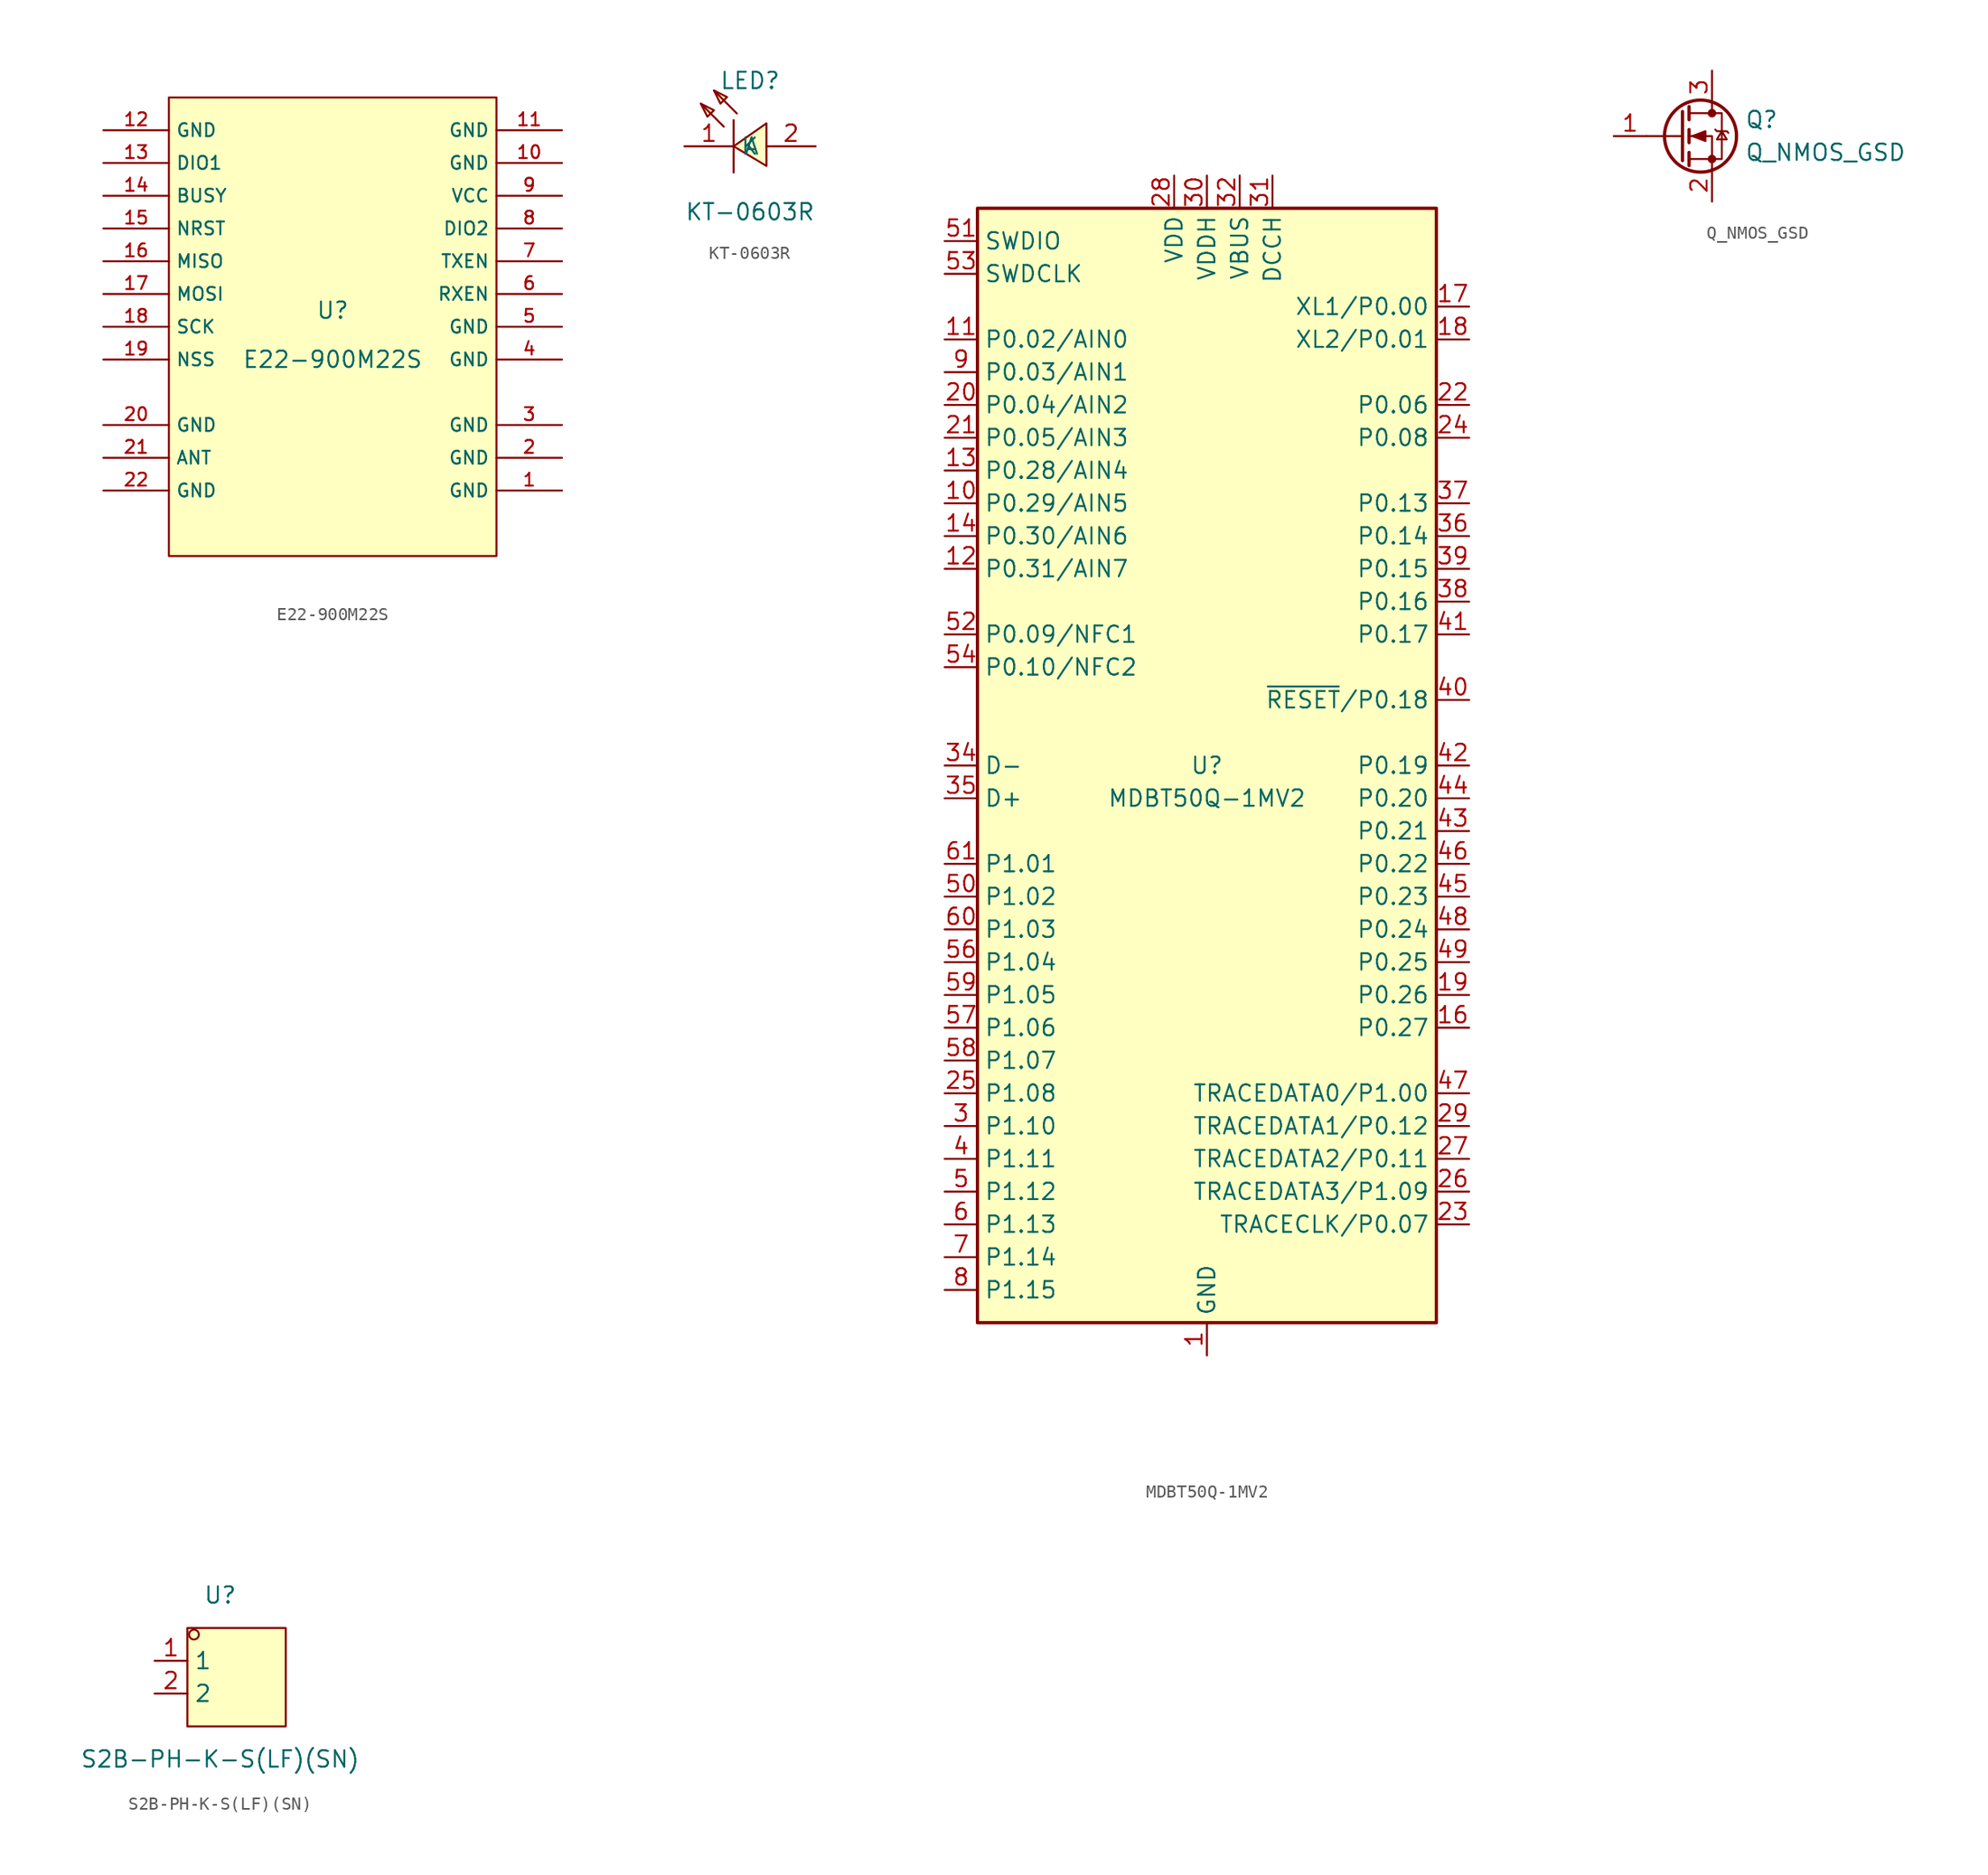
<source format=kicad_sym>
(kicad_symbol_lib
  (version 20241209)
  (generator "kicad_symbol_editor")
  (generator_version "9.0")
  (symbol "E22-900M22S"
    (property "Reference" "U"
      (at 0 1.27 0)
      (effects (font (size 1.27 1.27))))
    (property "Value" "E22-900M22S"
      (at 0 -2.54 0)
      (effects (font (size 1.27 1.27))))
    (symbol "E22-900M22S_0_1"
      (rectangle (start -12.7 17.78) (end 12.7 -17.78) (stroke (width 0) (type default)) (fill (type background)))
      (pin unspecified line (at -17.78 15.24 0) (length 5.08) (name "GND" (effects (font (size 1 1)))) (number "12" (effects (font (size 1 1)))))
      (pin unspecified line (at -17.78 12.7 0) (length 5.08) (name "DIO1" (effects (font (size 1 1)))) (number "13" (effects (font (size 1 1)))))
      (pin unspecified line (at -17.78 10.16 0) (length 5.08) (name "BUSY" (effects (font (size 1 1)))) (number "14" (effects (font (size 1 1)))))
      (pin unspecified line (at -17.78 7.62 0) (length 5.08) (name "NRST" (effects (font (size 1 1)))) (number "15" (effects (font (size 1 1)))))
      (pin unspecified line (at -17.78 5.08 0) (length 5.08) (name "MISO" (effects (font (size 1 1)))) (number "16" (effects (font (size 1 1)))))
      (pin unspecified line (at -17.78 2.54 0) (length 5.08) (name "MOSI" (effects (font (size 1 1)))) (number "17" (effects (font (size 1 1)))))
      (pin unspecified line (at -17.78 0 0) (length 5.08) (name "SCK" (effects (font (size 1 1)))) (number "18" (effects (font (size 1 1)))))
      (pin unspecified line (at -17.78 -2.54 0) (length 5.08) (name "NSS" (effects (font (size 1 1)))) (number "19" (effects (font (size 1 1)))))
      (pin unspecified line (at -17.78 -7.62 0) (length 5.08) (name "GND" (effects (font (size 1 1)))) (number "20" (effects (font (size 1 1)))))
      (pin unspecified line (at -17.78 -10.16 0) (length 5.08) (name "ANT" (effects (font (size 1 1)))) (number "21" (effects (font (size 1 1)))))
      (pin unspecified line (at -17.78 -12.7 0) (length 5.08) (name "GND" (effects (font (size 1 1)))) (number "22" (effects (font (size 1 1)))))
      (pin unspecified line (at 17.78 15.24 180) (length 5.08) (name "GND" (effects (font (size 1 1)))) (number "11" (effects (font (size 1 1)))))
      (pin unspecified line (at 17.78 12.7 180) (length 5.08) (name "GND" (effects (font (size 1 1)))) (number "10" (effects (font (size 1 1)))))
      (pin unspecified line (at 17.78 10.16 180) (length 5.08) (name "VCC" (effects (font (size 1 1)))) (number "9" (effects (font (size 1 1)))))
      (pin unspecified line (at 17.78 7.62 180) (length 5.08) (name "DIO2" (effects (font (size 1 1)))) (number "8" (effects (font (size 1 1)))))
      (pin unspecified line (at 17.78 5.08 180) (length 5.08) (name "TXEN" (effects (font (size 1 1)))) (number "7" (effects (font (size 1 1)))))
      (pin unspecified line (at 17.78 2.54 180) (length 5.08) (name "RXEN" (effects (font (size 1 1)))) (number "6" (effects (font (size 1 1)))))
      (pin unspecified line (at 17.78 0 180) (length 5.08) (name "GND" (effects (font (size 1 1)))) (number "5" (effects (font (size 1 1)))))
      (pin unspecified line (at 17.78 -2.54 180) (length 5.08) (name "GND" (effects (font (size 1 1)))) (number "4" (effects (font (size 1 1)))))
      (pin unspecified line (at 17.78 -7.62 180) (length 5.08) (name "GND" (effects (font (size 1 1)))) (number "3" (effects (font (size 1 1)))))
      (pin unspecified line (at 17.78 -10.16 180) (length 5.08) (name "GND" (effects (font (size 1 1)))) (number "2" (effects (font (size 1 1)))))
      (pin unspecified line (at 17.78 -12.7 180) (length 5.08) (name "GND" (effects (font (size 1 1)))) (number "1" (effects (font (size 1 1)))))))
  (symbol "KT-0603R"
    (property "Reference" "LED"
      (at 0 5.08 0)
      (effects (font (size 1.27 1.27))))
    (property "Value" "KT-0603R"
      (at 0 -5.08 0)
      (effects (font (size 1.27 1.27))))
    (symbol "KT-0603R_0_1"
      (polyline (pts (xy -3.81 3.3) (xy -2.79 2.79) (xy -3.3 2.29) (xy -3.81 3.3)) (stroke (width 0) (type default)) (fill (type background)))
      (polyline (pts (xy -2.79 4.32) (xy -1.78 3.81) (xy -2.29 3.3) (xy -2.79 4.32)) (stroke (width 0) (type default)) (fill (type background)))
      (polyline (pts (xy -2.03 1.52) (xy -3.81 3.3)) (stroke (width 0) (type default)) (fill (type none)))
      (polyline (pts (xy -1.27 2.03) (xy -1.27 -2.03)) (stroke (width 0) (type default)) (fill (type none)))
      (polyline (pts (xy -1.02 2.54) (xy -2.79 4.32)) (stroke (width 0) (type default)) (fill (type none)))
      (polyline (pts (xy 1.27 -1.52) (xy -1.27 0) (xy 1.27 1.78) (xy 1.27 -1.52)) (stroke (width 0) (type default)) (fill (type background)))
      (pin unspecified line (at -5.08 0 0) (length 3.81) (name "K" (effects (font (size 1.27 1.27)))) (number "1" (effects (font (size 1.27 1.27)))))
      (pin unspecified line (at 5.08 0 180) (length 3.81) (name "A" (effects (font (size 1.27 1.27)))) (number "2" (effects (font (size 1.27 1.27)))))))
  (symbol "MDBT50Q-1MV2"
    (property "Reference" "U"
      (at 0 0 0)
      (effects (font (size 1.27 1.27))))
    (property "Value" "MDBT50Q-1MV2"
      (at 0 -2.54 0)
      (effects (font (size 1.27 1.27))))
    (symbol "MDBT50Q-1MV2_0_1"
      (rectangle (start -17.78 43.18) (end 17.78 -43.18) (stroke (width 0.254) (type default)) (fill (type background))))
    (symbol "MDBT50Q-1MV2_1_1"
      (pin bidirectional line (at -20.32 40.64 0) (length 2.54) (name "SWDIO" (effects (font (size 1.27 1.27)))) (number "51" (effects (font (size 1.27 1.27)))))
      (pin input line (at -20.32 38.1 0) (length 2.54) (name "SWDCLK" (effects (font (size 1.27 1.27)))) (number "53" (effects (font (size 1.27 1.27)))))
      (pin bidirectional line (at -20.32 33.02 0) (length 2.54) (name "P0.02/AIN0" (effects (font (size 1.27 1.27)))) (number "11" (effects (font (size 1.27 1.27)))))
      (pin bidirectional line (at -20.32 30.48 0) (length 2.54) (name "P0.03/AIN1" (effects (font (size 1.27 1.27)))) (number "9" (effects (font (size 1.27 1.27)))))
      (pin bidirectional line (at -20.32 27.94 0) (length 2.54) (name "P0.04/AIN2" (effects (font (size 1.27 1.27)))) (number "20" (effects (font (size 1.27 1.27)))))
      (pin bidirectional line (at -20.32 25.4 0) (length 2.54) (name "P0.05/AIN3" (effects (font (size 1.27 1.27)))) (number "21" (effects (font (size 1.27 1.27)))))
      (pin bidirectional line (at -20.32 22.86 0) (length 2.54) (name "P0.28/AIN4" (effects (font (size 1.27 1.27)))) (number "13" (effects (font (size 1.27 1.27)))))
      (pin bidirectional line (at -20.32 20.32 0) (length 2.54) (name "P0.29/AIN5" (effects (font (size 1.27 1.27)))) (number "10" (effects (font (size 1.27 1.27)))))
      (pin bidirectional line (at -20.32 17.78 0) (length 2.54) (name "P0.30/AIN6" (effects (font (size 1.27 1.27)))) (number "14" (effects (font (size 1.27 1.27)))))
      (pin bidirectional line (at -20.32 15.24 0) (length 2.54) (name "P0.31/AIN7" (effects (font (size 1.27 1.27)))) (number "12" (effects (font (size 1.27 1.27)))))
      (pin bidirectional line (at -20.32 10.16 0) (length 2.54) (name "P0.09/NFC1" (effects (font (size 1.27 1.27)))) (number "52" (effects (font (size 1.27 1.27)))))
      (pin bidirectional line (at -20.32 7.62 0) (length 2.54) (name "P0.10/NFC2" (effects (font (size 1.27 1.27)))) (number "54" (effects (font (size 1.27 1.27)))))
      (pin bidirectional line (at -20.32 0 0) (length 2.54) (name "D-" (effects (font (size 1.27 1.27)))) (number "34" (effects (font (size 1.27 1.27)))))
      (pin bidirectional line (at -20.32 -2.54 0) (length 2.54) (name "D+" (effects (font (size 1.27 1.27)))) (number "35" (effects (font (size 1.27 1.27)))))
      (pin bidirectional line (at -20.32 -7.62 0) (length 2.54) (name "P1.01" (effects (font (size 1.27 1.27)))) (number "61" (effects (font (size 1.27 1.27)))))
      (pin bidirectional line (at -20.32 -10.16 0) (length 2.54) (name "P1.02" (effects (font (size 1.27 1.27)))) (number "50" (effects (font (size 1.27 1.27)))))
      (pin bidirectional line (at -20.32 -12.7 0) (length 2.54) (name "P1.03" (effects (font (size 1.27 1.27)))) (number "60" (effects (font (size 1.27 1.27)))))
      (pin bidirectional line (at -20.32 -15.24 0) (length 2.54) (name "P1.04" (effects (font (size 1.27 1.27)))) (number "56" (effects (font (size 1.27 1.27)))))
      (pin bidirectional line (at -20.32 -17.78 0) (length 2.54) (name "P1.05" (effects (font (size 1.27 1.27)))) (number "59" (effects (font (size 1.27 1.27)))))
      (pin bidirectional line (at -20.32 -20.32 0) (length 2.54) (name "P1.06" (effects (font (size 1.27 1.27)))) (number "57" (effects (font (size 1.27 1.27)))))
      (pin bidirectional line (at -20.32 -22.86 0) (length 2.54) (name "P1.07" (effects (font (size 1.27 1.27)))) (number "58" (effects (font (size 1.27 1.27)))))
      (pin bidirectional line (at -20.32 -25.4 0) (length 2.54) (name "P1.08" (effects (font (size 1.27 1.27)))) (number "25" (effects (font (size 1.27 1.27)))))
      (pin bidirectional line (at -20.32 -27.94 0) (length 2.54) (name "P1.10" (effects (font (size 1.27 1.27)))) (number "3" (effects (font (size 1.27 1.27)))))
      (pin bidirectional line (at -20.32 -30.48 0) (length 2.54) (name "P1.11" (effects (font (size 1.27 1.27)))) (number "4" (effects (font (size 1.27 1.27)))))
      (pin bidirectional line (at -20.32 -33.02 0) (length 2.54) (name "P1.12" (effects (font (size 1.27 1.27)))) (number "5" (effects (font (size 1.27 1.27)))))
      (pin bidirectional line (at -20.32 -35.56 0) (length 2.54) (name "P1.13" (effects (font (size 1.27 1.27)))) (number "6" (effects (font (size 1.27 1.27)))))
      (pin bidirectional line (at -20.32 -38.1 0) (length 2.54) (name "P1.14" (effects (font (size 1.27 1.27)))) (number "7" (effects (font (size 1.27 1.27)))))
      (pin bidirectional line (at -20.32 -40.64 0) (length 2.54) (name "P1.15" (effects (font (size 1.27 1.27)))) (number "8" (effects (font (size 1.27 1.27)))))
      (pin power_in line (at -2.54 45.72 270) (length 2.54) (name "VDD" (effects (font (size 1.27 1.27)))) (number "28" (effects (font (size 1.27 1.27)))))
      (pin power_in line (at 0 45.72 270) (length 2.54) (name "VDDH" (effects (font (size 1.27 1.27)))) (number "30" (effects (font (size 1.27 1.27)))))
      (pin power_in line (at 0 -45.72 90) (length 2.54) (name "GND" (effects (font (size 1.27 1.27)))) (number "1" (effects (font (size 1.27 1.27)))))
      (pin passive line (at 0 -45.72 90) (length 2.54) (hide yes) (name "GND" (effects (font (size 1.27 1.27)))) (number "15" (effects (font (size 1.27 1.27)))))
      (pin passive line (at 0 -45.72 90) (length 2.54) (hide yes) (name "GND" (effects (font (size 1.27 1.27)))) (number "2" (effects (font (size 1.27 1.27)))))
      (pin passive line (at 0 -45.72 90) (length 2.54) (hide yes) (name "GND" (effects (font (size 1.27 1.27)))) (number "33" (effects (font (size 1.27 1.27)))))
      (pin passive line (at 0 -45.72 90) (length 2.54) (hide yes) (name "GND" (effects (font (size 1.27 1.27)))) (number "55" (effects (font (size 1.27 1.27)))))
      (pin power_in line (at 2.54 45.72 270) (length 2.54) (name "VBUS" (effects (font (size 1.27 1.27)))) (number "32" (effects (font (size 1.27 1.27)))))
      (pin power_out line (at 5.08 45.72 270) (length 2.54) (name "DCCH" (effects (font (size 1.27 1.27)))) (number "31" (effects (font (size 1.27 1.27)))))
      (pin bidirectional line (at 20.32 35.56 180) (length 2.54) (name "XL1/P0.00" (effects (font (size 1.27 1.27)))) (number "17" (effects (font (size 1.27 1.27)))))
      (pin bidirectional line (at 20.32 33.02 180) (length 2.54) (name "XL2/P0.01" (effects (font (size 1.27 1.27)))) (number "18" (effects (font (size 1.27 1.27)))))
      (pin bidirectional line (at 20.32 27.94 180) (length 2.54) (name "P0.06" (effects (font (size 1.27 1.27)))) (number "22" (effects (font (size 1.27 1.27)))))
      (pin bidirectional line (at 20.32 25.4 180) (length 2.54) (name "P0.08" (effects (font (size 1.27 1.27)))) (number "24" (effects (font (size 1.27 1.27)))))
      (pin bidirectional line (at 20.32 20.32 180) (length 2.54) (name "P0.13" (effects (font (size 1.27 1.27)))) (number "37" (effects (font (size 1.27 1.27)))))
      (pin bidirectional line (at 20.32 17.78 180) (length 2.54) (name "P0.14" (effects (font (size 1.27 1.27)))) (number "36" (effects (font (size 1.27 1.27)))))
      (pin bidirectional line (at 20.32 15.24 180) (length 2.54) (name "P0.15" (effects (font (size 1.27 1.27)))) (number "39" (effects (font (size 1.27 1.27)))))
      (pin bidirectional line (at 20.32 12.7 180) (length 2.54) (name "P0.16" (effects (font (size 1.27 1.27)))) (number "38" (effects (font (size 1.27 1.27)))))
      (pin bidirectional line (at 20.32 10.16 180) (length 2.54) (name "P0.17" (effects (font (size 1.27 1.27)))) (number "41" (effects (font (size 1.27 1.27)))))
      (pin bidirectional line (at 20.32 5.08 180) (length 2.54) (name "~{RESET}/P0.18" (effects (font (size 1.27 1.27)))) (number "40" (effects (font (size 1.27 1.27)))))
      (pin bidirectional line (at 20.32 0 180) (length 2.54) (name "P0.19" (effects (font (size 1.27 1.27)))) (number "42" (effects (font (size 1.27 1.27)))))
      (pin bidirectional line (at 20.32 -2.54 180) (length 2.54) (name "P0.20" (effects (font (size 1.27 1.27)))) (number "44" (effects (font (size 1.27 1.27)))))
      (pin bidirectional line (at 20.32 -5.08 180) (length 2.54) (name "P0.21" (effects (font (size 1.27 1.27)))) (number "43" (effects (font (size 1.27 1.27)))))
      (pin bidirectional line (at 20.32 -7.62 180) (length 2.54) (name "P0.22" (effects (font (size 1.27 1.27)))) (number "46" (effects (font (size 1.27 1.27)))))
      (pin bidirectional line (at 20.32 -10.16 180) (length 2.54) (name "P0.23" (effects (font (size 1.27 1.27)))) (number "45" (effects (font (size 1.27 1.27)))))
      (pin bidirectional line (at 20.32 -12.7 180) (length 2.54) (name "P0.24" (effects (font (size 1.27 1.27)))) (number "48" (effects (font (size 1.27 1.27)))))
      (pin bidirectional line (at 20.32 -15.24 180) (length 2.54) (name "P0.25" (effects (font (size 1.27 1.27)))) (number "49" (effects (font (size 1.27 1.27)))))
      (pin bidirectional line (at 20.32 -17.78 180) (length 2.54) (name "P0.26" (effects (font (size 1.27 1.27)))) (number "19" (effects (font (size 1.27 1.27)))))
      (pin bidirectional line (at 20.32 -20.32 180) (length 2.54) (name "P0.27" (effects (font (size 1.27 1.27)))) (number "16" (effects (font (size 1.27 1.27)))))
      (pin bidirectional line (at 20.32 -25.4 180) (length 2.54) (name "TRACEDATA0/P1.00" (effects (font (size 1.27 1.27)))) (number "47" (effects (font (size 1.27 1.27)))))
      (pin bidirectional line (at 20.32 -27.94 180) (length 2.54) (name "TRACEDATA1/P0.12" (effects (font (size 1.27 1.27)))) (number "29" (effects (font (size 1.27 1.27)))))
      (pin bidirectional line (at 20.32 -30.48 180) (length 2.54) (name "TRACEDATA2/P0.11" (effects (font (size 1.27 1.27)))) (number "27" (effects (font (size 1.27 1.27)))))
      (pin bidirectional line (at 20.32 -33.02 180) (length 2.54) (name "TRACEDATA3/P1.09" (effects (font (size 1.27 1.27)))) (number "26" (effects (font (size 1.27 1.27)))))
      (pin bidirectional line (at 20.32 -35.56 180) (length 2.54) (name "TRACECLK/P0.07" (effects (font (size 1.27 1.27)))) (number "23" (effects (font (size 1.27 1.27)))))))
  (symbol "Q_NMOS_GSD"
    (pin_names
      (offset 0)
      (hide yes))
    (property "Reference" "Q"
      (at 5.08 1.27 0)
      (effects (font (size 1.27 1.27)) (justify left)))
    (property "Value" "Q_NMOS_GSD"
      (at 5.08 -1.27 0)
      (effects (font (size 1.27 1.27)) (justify left)))
    (symbol "Q_NMOS_GSD_0_1"
      (polyline (pts (xy 0.254 1.905) (xy 0.254 -1.905)) (stroke (width 0.254) (type default)) (fill (type none)))
      (polyline (pts (xy 0.254 0) (xy -2.54 0)) (stroke (width 0) (type default)) (fill (type none)))
      (polyline (pts (xy 0.762 2.286) (xy 0.762 1.27)) (stroke (width 0.254) (type default)) (fill (type none)))
      (polyline (pts (xy 0.762 0.508) (xy 0.762 -0.508)) (stroke (width 0.254) (type default)) (fill (type none)))
      (polyline (pts (xy 0.762 -1.27) (xy 0.762 -2.286)) (stroke (width 0.254) (type default)) (fill (type none)))
      (polyline (pts (xy 0.762 -1.778) (xy 3.302 -1.778) (xy 3.302 1.778) (xy 0.762 1.778)) (stroke (width 0) (type default)) (fill (type none)))
      (polyline (pts (xy 1.016 0) (xy 2.032 0.381) (xy 2.032 -0.381) (xy 1.016 0)) (stroke (width 0) (type default)) (fill (type outline)))
      (circle (center 1.651 0) (radius 2.794) (stroke (width 0.254) (type default)) (fill (type none)))
      (polyline (pts (xy 2.54 2.54) (xy 2.54 1.778)) (stroke (width 0) (type default)) (fill (type none)))
      (circle (center 2.54 1.778) (radius 0.254) (stroke (width 0) (type default)) (fill (type outline)))
      (circle (center 2.54 -1.778) (radius 0.254) (stroke (width 0) (type default)) (fill (type outline)))
      (polyline (pts (xy 2.54 -2.54) (xy 2.54 0) (xy 0.762 0)) (stroke (width 0) (type default)) (fill (type none)))
      (polyline (pts (xy 2.794 0.508) (xy 2.921 0.381) (xy 3.683 0.381) (xy 3.81 0.254)) (stroke (width 0) (type default)) (fill (type none)))
      (polyline (pts (xy 3.302 0.381) (xy 2.921 -0.254) (xy 3.683 -0.254) (xy 3.302 0.381)) (stroke (width 0) (type default)) (fill (type none))))
    (symbol "Q_NMOS_GSD_1_1"
      (pin input line (at -5.08 0 0) (length 2.54) (name "G" (effects (font (size 1.27 1.27)))) (number "1" (effects (font (size 1.27 1.27)))))
      (pin passive line (at 2.54 5.08 270) (length 2.54) (name "D" (effects (font (size 1.27 1.27)))) (number "3" (effects (font (size 1.27 1.27)))))
      (pin passive line (at 2.54 -5.08 90) (length 2.54) (name "S" (effects (font (size 1.27 1.27)))) (number "2" (effects (font (size 1.27 1.27)))))))
  (symbol "S2B-PH-K-S(LF)(SN)"
    (property "Reference" "U"
      (at 0 6.35 0)
      (effects (font (size 1.27 1.27))))
    (property "Value" "S2B-PH-K-S(LF)(SN)"
      (at 0 -6.35 0)
      (effects (font (size 1.27 1.27))))
    (symbol "S2B-PH-K-S(LF)(SN)_0_1"
      (rectangle (start -2.54 3.81) (end 5.08 -3.81) (stroke (width 0) (type default)) (fill (type background)))
      (circle (center -2.03 3.3) (radius 0.38) (stroke (width 0) (type default)) (fill (type none)))
      (pin unspecified line (at -5.08 1.27 0) (length 2.54) (name "1" (effects (font (size 1.27 1.27)))) (number "1" (effects (font (size 1.27 1.27)))))
      (pin unspecified line (at -5.08 -1.27 0) (length 2.54) (name "2" (effects (font (size 1.27 1.27)))) (number "2" (effects (font (size 1.27 1.27))))))))
</source>
